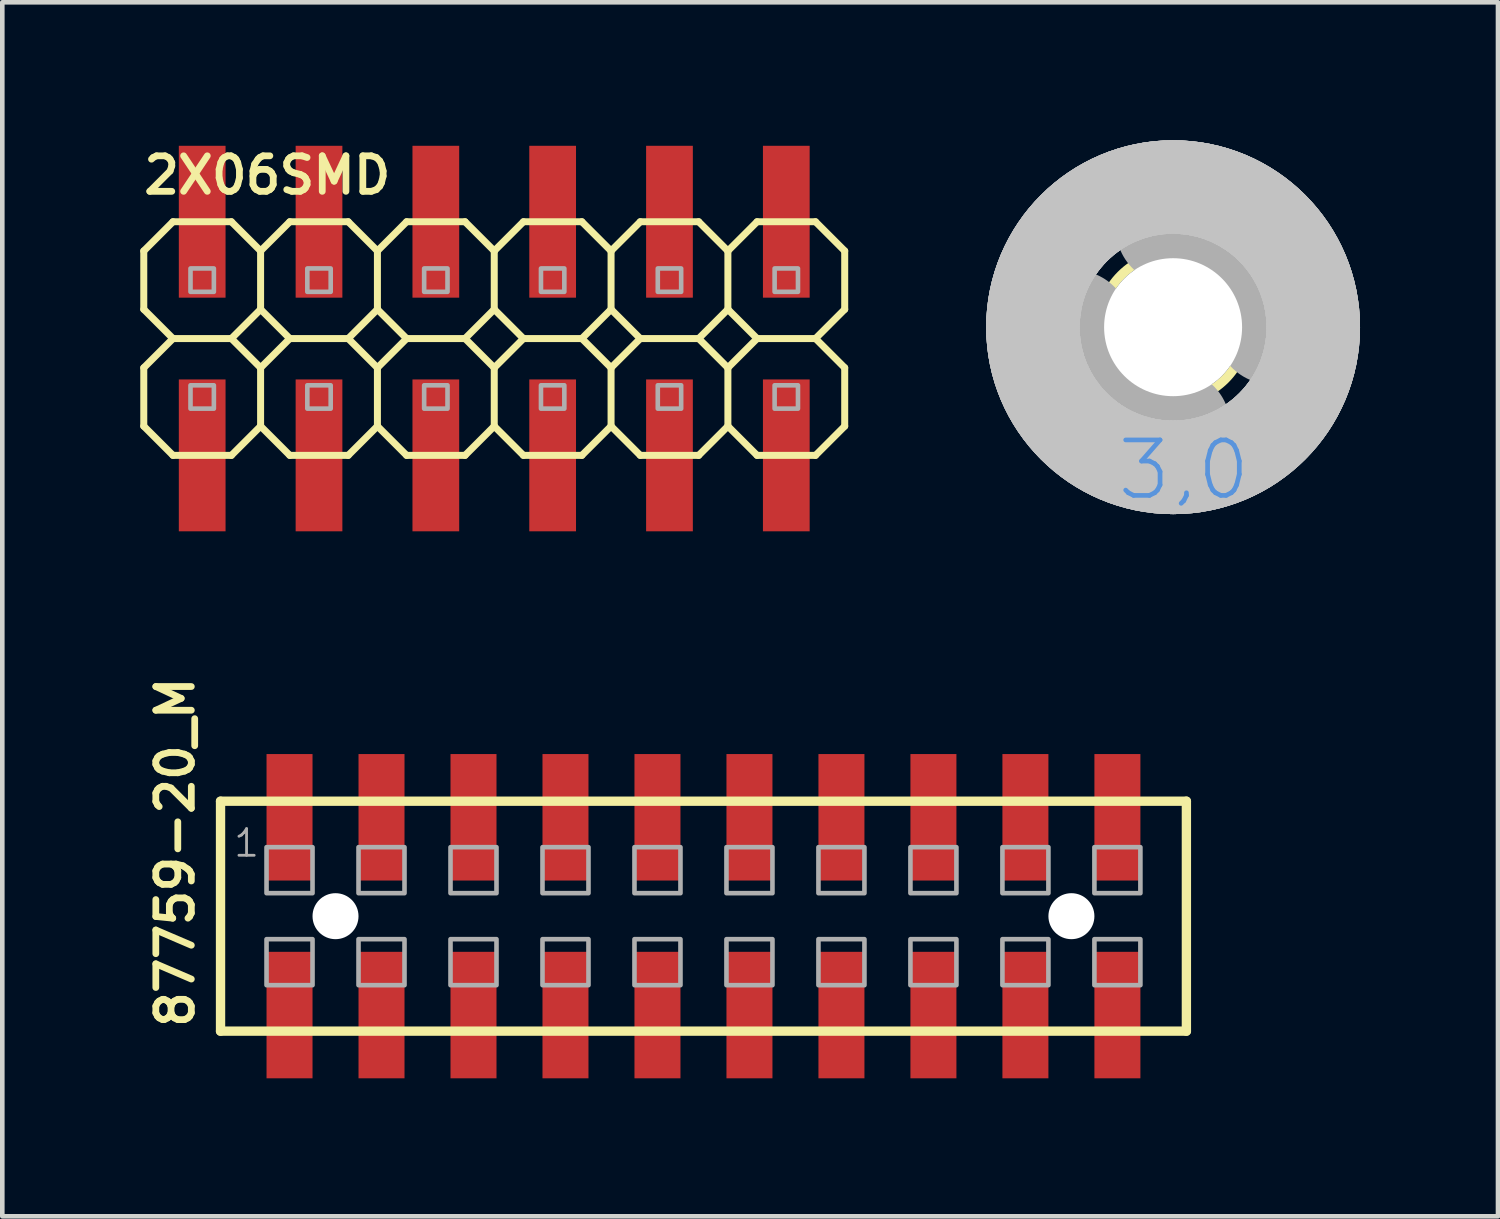
<source format=kicad_pcb>
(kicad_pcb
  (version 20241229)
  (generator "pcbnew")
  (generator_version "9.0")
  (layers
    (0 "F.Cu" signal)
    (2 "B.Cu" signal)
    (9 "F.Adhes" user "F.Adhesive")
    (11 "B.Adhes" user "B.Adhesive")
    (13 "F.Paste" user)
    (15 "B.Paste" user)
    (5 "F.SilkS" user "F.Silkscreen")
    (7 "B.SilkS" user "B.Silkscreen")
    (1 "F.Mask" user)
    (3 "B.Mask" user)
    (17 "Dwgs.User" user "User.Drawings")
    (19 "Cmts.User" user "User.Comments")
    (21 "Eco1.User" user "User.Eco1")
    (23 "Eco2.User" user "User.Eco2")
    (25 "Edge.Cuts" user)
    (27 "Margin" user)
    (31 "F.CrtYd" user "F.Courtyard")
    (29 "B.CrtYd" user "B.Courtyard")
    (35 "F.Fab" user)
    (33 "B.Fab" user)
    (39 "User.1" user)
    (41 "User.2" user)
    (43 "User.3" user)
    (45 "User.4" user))
  (footprint "3,0"
    (layer "F.Cu")
    (at 22.456 4.064)
    (property "Reference" "3,0" (at 0 0 0) (layer "F.SilkS") (effects (font (size 1.27 1.27) (thickness 0.15))))
    (attr through_hole)
    (fp_circle (center 0 0) (end 1.6 0) (stroke (width 0.203) (type solid)) (fill no) (layer "F.SilkS"))
    (fp_circle (center 0 0) (end 3.429 0) (stroke (width 0.152) (type solid)) (fill no) (layer "F.SilkS"))
    (fp_circle (center 0 0) (end 3.048 0) (stroke (width 2.032) (type solid)) (fill no) (layer "Dwgs.User"))
    (fp_circle (center 0 0) (end 3.048 0) (stroke (width 2.032) (type solid)) (fill no) (layer "Dwgs.User"))
    (fp_circle (center 0 0) (end 3.048 0) (stroke (width 2.032) (type solid)) (fill no) (layer "Dwgs.User"))
    (fp_circle (center 0 0) (end 3.048 0) (stroke (width 2.032) (type solid)) (fill no) (layer "Dwgs.User"))
    (fp_circle (center 0 0) (end 3.048 0) (stroke (width 2.032) (type solid)) (fill no) (layer "Dwgs.User"))
    (fp_arc (start 0 -2.159) (mid 1.526644 -1.526644) (end 2.159 0) (stroke (width 2.4892) (type solid)) (layer "F.Fab"))
    (fp_arc (start 0 2.159) (mid -1.526644 1.526644) (end -2.159 0) (stroke (width 2.4892) (type solid)) (layer "F.Fab"))
    (fp_circle (center 0 0) (end 0.762 0) (stroke (width 0.457) (type solid)) (fill no) (layer "F.Fab"))
    (fp_text user "3,0" (at -1.27 3.81 0) (layer "Cmts.User") (effects (font (size 1.206 1.206) (thickness 0.102)) (justify left bottom)))
    (pad "" np_thru_hole circle (at 0 0) (size 3 3) (drill 3) (layers "*.Cu" "*.Mask")))
  (footprint "2X06SMD"
    (layer "F.Cu")
    (at 2.616 3.041)
    (property "Reference" "2X06SMD" (at -2.616 -1.829 180) (layer "F.SilkS") (effects (font (size 0.772 0.772) (thickness 0.147)) (justify left bottom)))
    (attr through_hole)
    (fp_line (start -2.54 -0.635) (end -2.54 0.635) (stroke (width 0.152) (type solid)) (layer "F.SilkS"))
    (fp_line (start -2.54 0.635) (end -1.905 1.27) (stroke (width 0.152) (type solid)) (layer "F.SilkS"))
    (fp_line (start -2.54 1.905) (end -2.54 3.175) (stroke (width 0.152) (type solid)) (layer "F.SilkS"))
    (fp_line (start -2.54 3.175) (end -1.905 3.81) (stroke (width 0.152) (type solid)) (layer "F.SilkS"))
    (fp_line (start -1.905 -1.27) (end -2.54 -0.635) (stroke (width 0.152) (type solid)) (layer "F.SilkS"))
    (fp_line (start -1.905 -1.27) (end -0.635 -1.27) (stroke (width 0.152) (type solid)) (layer "F.SilkS"))
    (fp_line (start -1.905 1.27) (end -2.54 1.905) (stroke (width 0.152) (type solid)) (layer "F.SilkS"))
    (fp_line (start -0.635 -1.27) (end 0 -0.635) (stroke (width 0.152) (type solid)) (layer "F.SilkS"))
    (fp_line (start -0.635 1.27) (end -1.905 1.27) (stroke (width 0.152) (type solid)) (layer "F.SilkS"))
    (fp_line (start -0.635 1.27) (end 0 1.905) (stroke (width 0.152) (type solid)) (layer "F.SilkS"))
    (fp_line (start -0.635 3.81) (end -1.905 3.81) (stroke (width 0.152) (type solid)) (layer "F.SilkS"))
    (fp_line (start 0 -0.635) (end 0 0.635) (stroke (width 0.152) (type solid)) (layer "F.SilkS"))
    (fp_line (start 0 -0.635) (end 0.635 -1.27) (stroke (width 0.152) (type solid)) (layer "F.SilkS"))
    (fp_line (start 0 0.635) (end -0.635 1.27) (stroke (width 0.152) (type solid)) (layer "F.SilkS"))
    (fp_line (start 0 1.905) (end 0 3.175) (stroke (width 0.152) (type solid)) (layer "F.SilkS"))
    (fp_line (start 0 1.905) (end 0.635 1.27) (stroke (width 0.152) (type solid)) (layer "F.SilkS"))
    (fp_line (start 0 3.175) (end -0.635 3.81) (stroke (width 0.152) (type solid)) (layer "F.SilkS"))
    (fp_line (start 0.635 -1.27) (end 1.905 -1.27) (stroke (width 0.152) (type solid)) (layer "F.SilkS"))
    (fp_line (start 0.635 1.27) (end 0 0.635) (stroke (width 0.152) (type solid)) (layer "F.SilkS"))
    (fp_line (start 0.635 1.27) (end 1.905 1.27) (stroke (width 0.152) (type solid)) (layer "F.SilkS"))
    (fp_line (start 0.635 3.81) (end 0 3.175) (stroke (width 0.152) (type solid)) (layer "F.SilkS"))
    (fp_line (start 0.635 3.81) (end 1.905 3.81) (stroke (width 0.152) (type solid)) (layer "F.SilkS"))
    (fp_line (start 1.905 -1.27) (end 2.54 -0.635) (stroke (width 0.152) (type solid)) (layer "F.SilkS"))
    (fp_line (start 1.905 1.27) (end 2.54 1.905) (stroke (width 0.152) (type solid)) (layer "F.SilkS"))
    (fp_line (start 2.54 -0.635) (end 2.54 0.635) (stroke (width 0.152) (type solid)) (layer "F.SilkS"))
    (fp_line (start 2.54 -0.635) (end 3.175 -1.27) (stroke (width 0.152) (type solid)) (layer "F.SilkS"))
    (fp_line (start 2.54 0.635) (end 1.905 1.27) (stroke (width 0.152) (type solid)) (layer "F.SilkS"))
    (fp_line (start 2.54 1.905) (end 2.54 3.175) (stroke (width 0.152) (type solid)) (layer "F.SilkS"))
    (fp_line (start 2.54 1.905) (end 3.175 1.27) (stroke (width 0.152) (type solid)) (layer "F.SilkS"))
    (fp_line (start 2.54 3.175) (end 1.905 3.81) (stroke (width 0.152) (type solid)) (layer "F.SilkS"))
    (fp_line (start 3.175 -1.27) (end 4.445 -1.27) (stroke (width 0.152) (type solid)) (layer "F.SilkS"))
    (fp_line (start 3.175 1.27) (end 2.54 0.635) (stroke (width 0.152) (type solid)) (layer "F.SilkS"))
    (fp_line (start 3.175 1.27) (end 4.445 1.27) (stroke (width 0.152) (type solid)) (layer "F.SilkS"))
    (fp_line (start 3.175 3.81) (end 2.54 3.175) (stroke (width 0.152) (type solid)) (layer "F.SilkS"))
    (fp_line (start 3.175 3.81) (end 4.445 3.81) (stroke (width 0.152) (type solid)) (layer "F.SilkS"))
    (fp_line (start 4.445 -1.27) (end 5.08 -0.635) (stroke (width 0.152) (type solid)) (layer "F.SilkS"))
    (fp_line (start 4.445 1.27) (end 5.08 1.905) (stroke (width 0.152) (type solid)) (layer "F.SilkS"))
    (fp_line (start 5.08 -0.635) (end 5.08 0.635) (stroke (width 0.152) (type solid)) (layer "F.SilkS"))
    (fp_line (start 5.08 -0.635) (end 5.715 -1.27) (stroke (width 0.152) (type solid)) (layer "F.SilkS"))
    (fp_line (start 5.08 0.635) (end 4.445 1.27) (stroke (width 0.152) (type solid)) (layer "F.SilkS"))
    (fp_line (start 5.08 1.905) (end 5.08 3.175) (stroke (width 0.152) (type solid)) (layer "F.SilkS"))
    (fp_line (start 5.08 1.905) (end 5.715 1.27) (stroke (width 0.152) (type solid)) (layer "F.SilkS"))
    (fp_line (start 5.08 3.175) (end 4.445 3.81) (stroke (width 0.152) (type solid)) (layer "F.SilkS"))
    (fp_line (start 5.715 -1.27) (end 6.985 -1.27) (stroke (width 0.152) (type solid)) (layer "F.SilkS"))
    (fp_line (start 5.715 1.27) (end 5.08 0.635) (stroke (width 0.152) (type solid)) (layer "F.SilkS"))
    (fp_line (start 5.715 1.27) (end 6.985 1.27) (stroke (width 0.152) (type solid)) (layer "F.SilkS"))
    (fp_line (start 5.715 3.81) (end 5.08 3.175) (stroke (width 0.152) (type solid)) (layer "F.SilkS"))
    (fp_line (start 5.715 3.81) (end 6.985 3.81) (stroke (width 0.152) (type solid)) (layer "F.SilkS"))
    (fp_line (start 6.985 -1.27) (end 7.62 -0.635) (stroke (width 0.152) (type solid)) (layer "F.SilkS"))
    (fp_line (start 6.985 1.27) (end 7.62 1.905) (stroke (width 0.152) (type solid)) (layer "F.SilkS"))
    (fp_line (start 7.62 -0.635) (end 7.62 0.635) (stroke (width 0.152) (type solid)) (layer "F.SilkS"))
    (fp_line (start 7.62 -0.635) (end 8.255 -1.27) (stroke (width 0.152) (type solid)) (layer "F.SilkS"))
    (fp_line (start 7.62 0.635) (end 6.985 1.27) (stroke (width 0.152) (type solid)) (layer "F.SilkS"))
    (fp_line (start 7.62 1.905) (end 7.62 3.175) (stroke (width 0.152) (type solid)) (layer "F.SilkS"))
    (fp_line (start 7.62 1.905) (end 8.255 1.27) (stroke (width 0.152) (type solid)) (layer "F.SilkS"))
    (fp_line (start 7.62 3.175) (end 6.985 3.81) (stroke (width 0.152) (type solid)) (layer "F.SilkS"))
    (fp_line (start 8.255 -1.27) (end 9.525 -1.27) (stroke (width 0.152) (type solid)) (layer "F.SilkS"))
    (fp_line (start 8.255 1.27) (end 7.62 0.635) (stroke (width 0.152) (type solid)) (layer "F.SilkS"))
    (fp_line (start 8.255 1.27) (end 9.525 1.27) (stroke (width 0.152) (type solid)) (layer "F.SilkS"))
    (fp_line (start 8.255 3.81) (end 7.62 3.175) (stroke (width 0.152) (type solid)) (layer "F.SilkS"))
    (fp_line (start 8.255 3.81) (end 9.525 3.81) (stroke (width 0.152) (type solid)) (layer "F.SilkS"))
    (fp_line (start 9.525 -1.27) (end 10.16 -0.635) (stroke (width 0.152) (type solid)) (layer "F.SilkS"))
    (fp_line (start 9.525 1.27) (end 10.16 1.905) (stroke (width 0.152) (type solid)) (layer "F.SilkS"))
    (fp_line (start 10.16 -0.635) (end 10.16 0.635) (stroke (width 0.152) (type solid)) (layer "F.SilkS"))
    (fp_line (start 10.16 -0.635) (end 10.795 -1.27) (stroke (width 0.152) (type solid)) (layer "F.SilkS"))
    (fp_line (start 10.16 0.635) (end 9.525 1.27) (stroke (width 0.152) (type solid)) (layer "F.SilkS"))
    (fp_line (start 10.16 1.905) (end 10.16 3.175) (stroke (width 0.152) (type solid)) (layer "F.SilkS"))
    (fp_line (start 10.16 1.905) (end 10.795 1.27) (stroke (width 0.152) (type solid)) (layer "F.SilkS"))
    (fp_line (start 10.16 3.175) (end 9.525 3.81) (stroke (width 0.152) (type solid)) (layer "F.SilkS"))
    (fp_line (start 10.795 1.27) (end 10.16 0.635) (stroke (width 0.152) (type solid)) (layer "F.SilkS"))
    (fp_line (start 10.795 1.27) (end 12.065 1.27) (stroke (width 0.152) (type solid)) (layer "F.SilkS"))
    (fp_line (start 10.795 3.81) (end 10.16 3.175) (stroke (width 0.152) (type solid)) (layer "F.SilkS"))
    (fp_line (start 10.795 3.81) (end 12.065 3.81) (stroke (width 0.152) (type solid)) (layer "F.SilkS"))
    (fp_line (start 12.065 -1.27) (end 10.795 -1.27) (stroke (width 0.152) (type solid)) (layer "F.SilkS"))
    (fp_line (start 12.065 -1.27) (end 12.7 -0.635) (stroke (width 0.152) (type solid)) (layer "F.SilkS"))
    (fp_line (start 12.065 1.27) (end 12.7 1.905) (stroke (width 0.152) (type solid)) (layer "F.SilkS"))
    (fp_line (start 12.7 -0.635) (end 12.7 0.635) (stroke (width 0.152) (type solid)) (layer "F.SilkS"))
    (fp_line (start 12.7 0.635) (end 12.065 1.27) (stroke (width 0.152) (type solid)) (layer "F.SilkS"))
    (fp_line (start 12.7 1.905) (end 12.7 3.175) (stroke (width 0.152) (type solid)) (layer "F.SilkS"))
    (fp_line (start 12.7 3.175) (end 12.065 3.81) (stroke (width 0.152) (type solid)) (layer "F.SilkS"))
    (fp_poly (pts (xy -1.524 0.254) (xy -1.016 0.254) (xy -1.016 -0.254) (xy -1.524 -0.254)) (stroke (width 0.1) (type solid)) (fill no) (layer "F.Fab"))
    (fp_poly (pts (xy -1.524 2.794) (xy -1.016 2.794) (xy -1.016 2.286) (xy -1.524 2.286)) (stroke (width 0.1) (type solid)) (fill no) (layer "F.Fab"))
    (fp_poly (pts (xy 1.016 0.254) (xy 1.524 0.254) (xy 1.524 -0.254) (xy 1.016 -0.254)) (stroke (width 0.1) (type solid)) (fill no) (layer "F.Fab"))
    (fp_poly (pts (xy 1.016 2.794) (xy 1.524 2.794) (xy 1.524 2.286) (xy 1.016 2.286)) (stroke (width 0.1) (type solid)) (fill no) (layer "F.Fab"))
    (fp_poly (pts (xy 3.556 0.254) (xy 4.064 0.254) (xy 4.064 -0.254) (xy 3.556 -0.254)) (stroke (width 0.1) (type solid)) (fill no) (layer "F.Fab"))
    (fp_poly (pts (xy 3.556 2.794) (xy 4.064 2.794) (xy 4.064 2.286) (xy 3.556 2.286)) (stroke (width 0.1) (type solid)) (fill no) (layer "F.Fab"))
    (fp_poly (pts (xy 6.096 0.254) (xy 6.604 0.254) (xy 6.604 -0.254) (xy 6.096 -0.254)) (stroke (width 0.1) (type solid)) (fill no) (layer "F.Fab"))
    (fp_poly (pts (xy 6.096 2.794) (xy 6.604 2.794) (xy 6.604 2.286) (xy 6.096 2.286)) (stroke (width 0.1) (type solid)) (fill no) (layer "F.Fab"))
    (fp_poly (pts (xy 8.636 0.254) (xy 9.144 0.254) (xy 9.144 -0.254) (xy 8.636 -0.254)) (stroke (width 0.1) (type solid)) (fill no) (layer "F.Fab"))
    (fp_poly (pts (xy 8.636 2.794) (xy 9.144 2.794) (xy 9.144 2.286) (xy 8.636 2.286)) (stroke (width 0.1) (type solid)) (fill no) (layer "F.Fab"))
    (fp_poly (pts (xy 11.176 0.254) (xy 11.684 0.254) (xy 11.684 -0.254) (xy 11.176 -0.254)) (stroke (width 0.1) (type solid)) (fill no) (layer "F.Fab"))
    (fp_poly (pts (xy 11.176 2.794) (xy 11.684 2.794) (xy 11.684 2.286) (xy 11.176 2.286)) (stroke (width 0.1) (type solid)) (fill no) (layer "F.Fab"))
    (pad "1" smd rect (at -1.27 3.81 270) (size 3.302 1.016) (layers "F.Cu" "F.Mask" "F.Paste"))
    (pad "2" smd rect (at -1.27 -1.27 90) (size 3.302 1.016) (layers "F.Cu" "F.Mask" "F.Paste"))
    (pad "3" smd rect (at 1.27 3.81 270) (size 3.302 1.016) (layers "F.Cu" "F.Mask" "F.Paste"))
    (pad "4" smd rect (at 1.27 -1.27 270) (size 3.302 1.016) (layers "F.Cu" "F.Mask" "F.Paste"))
    (pad "5" smd rect (at 3.81 3.81 270) (size 3.302 1.016) (layers "F.Cu" "F.Mask" "F.Paste"))
    (pad "6" smd rect (at 3.81 -1.27 270) (size 3.302 1.016) (layers "F.Cu" "F.Mask" "F.Paste"))
    (pad "7" smd rect (at 6.35 3.81 270) (size 3.302 1.016) (layers "F.Cu" "F.Mask" "F.Paste"))
    (pad "8" smd rect (at 6.35 -1.27 270) (size 3.302 1.016) (layers "F.Cu" "F.Mask" "F.Paste"))
    (pad "9" smd rect (at 8.89 3.81 270) (size 3.302 1.016) (layers "F.Cu" "F.Mask" "F.Paste"))
    (pad "10" smd rect (at 8.89 -1.27 270) (size 3.302 1.016) (layers "F.Cu" "F.Mask" "F.Paste"))
    (pad "11" smd rect (at 11.43 3.81 270) (size 3.302 1.016) (layers "F.Cu" "F.Mask" "F.Paste"))
    (pad "12" smd rect (at 11.43 -1.27 270) (size 3.302 1.016) (layers "F.Cu" "F.Mask" "F.Paste")))
  (footprint "87759-20_M"
    (layer "F.Cu")
    (at 12.245 16.87)
    (property "Reference" "87759-20_M" (at -11.033 2.493 90) (layer "F.SilkS") (effects (font (size 0.772 0.772) (thickness 0.147)) (justify left bottom)))
    (attr through_hole)
    (fp_line (start -10.5 -2.5) (end 10.5 -2.5) (stroke (width 0.203) (type solid)) (layer "F.SilkS"))
    (fp_line (start -10.5 2.5) (end -10.5 -2.5) (stroke (width 0.203) (type solid)) (layer "F.SilkS"))
    (fp_line (start 10.5 -2.5) (end 10.5 2.5) (stroke (width 0.203) (type solid)) (layer "F.SilkS"))
    (fp_line (start 10.5 2.5) (end -10.5 2.5) (stroke (width 0.203) (type solid)) (layer "F.SilkS"))
    (fp_poly (pts (xy -9.5 -0.5) (xy -8.5 -0.5) (xy -8.5 -1.5) (xy -9.5 -1.5)) (stroke (width 0.1) (type solid)) (fill no) (layer "F.Fab"))
    (fp_poly (pts (xy -9.5 1.5) (xy -8.5 1.5) (xy -8.5 0.5) (xy -9.5 0.5)) (stroke (width 0.1) (type solid)) (fill no) (layer "F.Fab"))
    (fp_poly (pts (xy -7.5 -0.5) (xy -6.5 -0.5) (xy -6.5 -1.5) (xy -7.5 -1.5)) (stroke (width 0.1) (type solid)) (fill no) (layer "F.Fab"))
    (fp_poly (pts (xy -7.5 1.5) (xy -6.5 1.5) (xy -6.5 0.5) (xy -7.5 0.5)) (stroke (width 0.1) (type solid)) (fill no) (layer "F.Fab"))
    (fp_poly (pts (xy -5.5 -0.5) (xy -4.5 -0.5) (xy -4.5 -1.5) (xy -5.5 -1.5)) (stroke (width 0.1) (type solid)) (fill no) (layer "F.Fab"))
    (fp_poly (pts (xy -5.5 1.5) (xy -4.5 1.5) (xy -4.5 0.5) (xy -5.5 0.5)) (stroke (width 0.1) (type solid)) (fill no) (layer "F.Fab"))
    (fp_poly (pts (xy -3.5 -0.5) (xy -2.5 -0.5) (xy -2.5 -1.5) (xy -3.5 -1.5)) (stroke (width 0.1) (type solid)) (fill no) (layer "F.Fab"))
    (fp_poly (pts (xy -3.5 1.5) (xy -2.5 1.5) (xy -2.5 0.5) (xy -3.5 0.5)) (stroke (width 0.1) (type solid)) (fill no) (layer "F.Fab"))
    (fp_poly (pts (xy -1.5 -0.5) (xy -0.5 -0.5) (xy -0.5 -1.5) (xy -1.5 -1.5)) (stroke (width 0.1) (type solid)) (fill no) (layer "F.Fab"))
    (fp_poly (pts (xy -1.5 1.5) (xy -0.5 1.5) (xy -0.5 0.5) (xy -1.5 0.5)) (stroke (width 0.1) (type solid)) (fill no) (layer "F.Fab"))
    (fp_poly (pts (xy 0.5 -0.5) (xy 1.5 -0.5) (xy 1.5 -1.5) (xy 0.5 -1.5)) (stroke (width 0.1) (type solid)) (fill no) (layer "F.Fab"))
    (fp_poly (pts (xy 0.5 1.5) (xy 1.5 1.5) (xy 1.5 0.5) (xy 0.5 0.5)) (stroke (width 0.1) (type solid)) (fill no) (layer "F.Fab"))
    (fp_poly (pts (xy 2.5 -0.5) (xy 3.5 -0.5) (xy 3.5 -1.5) (xy 2.5 -1.5)) (stroke (width 0.1) (type solid)) (fill no) (layer "F.Fab"))
    (fp_poly (pts (xy 2.5 1.5) (xy 3.5 1.5) (xy 3.5 0.5) (xy 2.5 0.5)) (stroke (width 0.1) (type solid)) (fill no) (layer "F.Fab"))
    (fp_poly (pts (xy 4.5 -0.5) (xy 5.5 -0.5) (xy 5.5 -1.5) (xy 4.5 -1.5)) (stroke (width 0.1) (type solid)) (fill no) (layer "F.Fab"))
    (fp_poly (pts (xy 4.5 1.5) (xy 5.5 1.5) (xy 5.5 0.5) (xy 4.5 0.5)) (stroke (width 0.1) (type solid)) (fill no) (layer "F.Fab"))
    (fp_poly (pts (xy 6.5 -0.5) (xy 7.5 -0.5) (xy 7.5 -1.5) (xy 6.5 -1.5)) (stroke (width 0.1) (type solid)) (fill no) (layer "F.Fab"))
    (fp_poly (pts (xy 6.5 1.5) (xy 7.5 1.5) (xy 7.5 0.5) (xy 6.5 0.5)) (stroke (width 0.1) (type solid)) (fill no) (layer "F.Fab"))
    (fp_poly (pts (xy 8.5 -0.5) (xy 9.5 -0.5) (xy 9.5 -1.5) (xy 8.5 -1.5)) (stroke (width 0.1) (type solid)) (fill no) (layer "F.Fab"))
    (fp_poly (pts (xy 8.5 1.5) (xy 9.5 1.5) (xy 9.5 0.5) (xy 8.5 0.5)) (stroke (width 0.1) (type solid)) (fill no) (layer "F.Fab"))
    (fp_text user "1" (at -10.25 -1.25 0) (layer "F.Fab") (effects (font (size 0.579 0.579) (thickness 0.061)) (justify left bottom)))
    (pad "" np_thru_hole circle (at -8 0) (size 1 1) (drill 1) (layers "*.Cu" "*.Mask"))
    (pad "" np_thru_hole circle (at 8 0) (size 1 1) (drill 1) (layers "*.Cu" "*.Mask"))
    (pad "1" smd rect (at -9 -2.15 180) (size 1 2.75) (layers "F.Cu" "F.Mask" "F.Paste"))
    (pad "2" smd rect (at -9 2.15 180) (size 1 2.75) (layers "F.Cu" "F.Mask" "F.Paste"))
    (pad "3" smd rect (at -7 -2.15 180) (size 1 2.75) (layers "F.Cu" "F.Mask" "F.Paste"))
    (pad "4" smd rect (at -7 2.15 180) (size 1 2.75) (layers "F.Cu" "F.Mask" "F.Paste"))
    (pad "5" smd rect (at -5 -2.15 180) (size 1 2.75) (layers "F.Cu" "F.Mask" "F.Paste"))
    (pad "6" smd rect (at -5 2.15 180) (size 1 2.75) (layers "F.Cu" "F.Mask" "F.Paste"))
    (pad "7" smd rect (at -3 -2.15 180) (size 1 2.75) (layers "F.Cu" "F.Mask" "F.Paste"))
    (pad "8" smd rect (at -3 2.15 180) (size 1 2.75) (layers "F.Cu" "F.Mask" "F.Paste"))
    (pad "9" smd rect (at -1 -2.15 180) (size 1 2.75) (layers "F.Cu" "F.Mask" "F.Paste"))
    (pad "10" smd rect (at -1 2.15 180) (size 1 2.75) (layers "F.Cu" "F.Mask" "F.Paste"))
    (pad "11" smd rect (at 1 -2.15 180) (size 1 2.75) (layers "F.Cu" "F.Mask" "F.Paste"))
    (pad "12" smd rect (at 1 2.15 180) (size 1 2.75) (layers "F.Cu" "F.Mask" "F.Paste"))
    (pad "13" smd rect (at 3 -2.15 180) (size 1 2.75) (layers "F.Cu" "F.Mask" "F.Paste"))
    (pad "14" smd rect (at 3 2.15 180) (size 1 2.75) (layers "F.Cu" "F.Mask" "F.Paste"))
    (pad "15" smd rect (at 5 -2.15 180) (size 1 2.75) (layers "F.Cu" "F.Mask" "F.Paste"))
    (pad "16" smd rect (at 5 2.15 180) (size 1 2.75) (layers "F.Cu" "F.Mask" "F.Paste"))
    (pad "17" smd rect (at 7 -2.15 180) (size 1 2.75) (layers "F.Cu" "F.Mask" "F.Paste"))
    (pad "18" smd rect (at 7 2.15 180) (size 1 2.75) (layers "F.Cu" "F.Mask" "F.Paste"))
    (pad "19" smd rect (at 9 -2.15 180) (size 1 2.75) (layers "F.Cu" "F.Mask" "F.Paste"))
    (pad "20" smd rect (at 9 2.15 180) (size 1 2.75) (layers "F.Cu" "F.Mask" "F.Paste")))
  (gr_rect
    (start -3 -3)
    (end 29.52 23.395)
    (stroke (width 0.1) (type default))
    (fill no)
    (layer "Edge.Cuts")))
</source>
